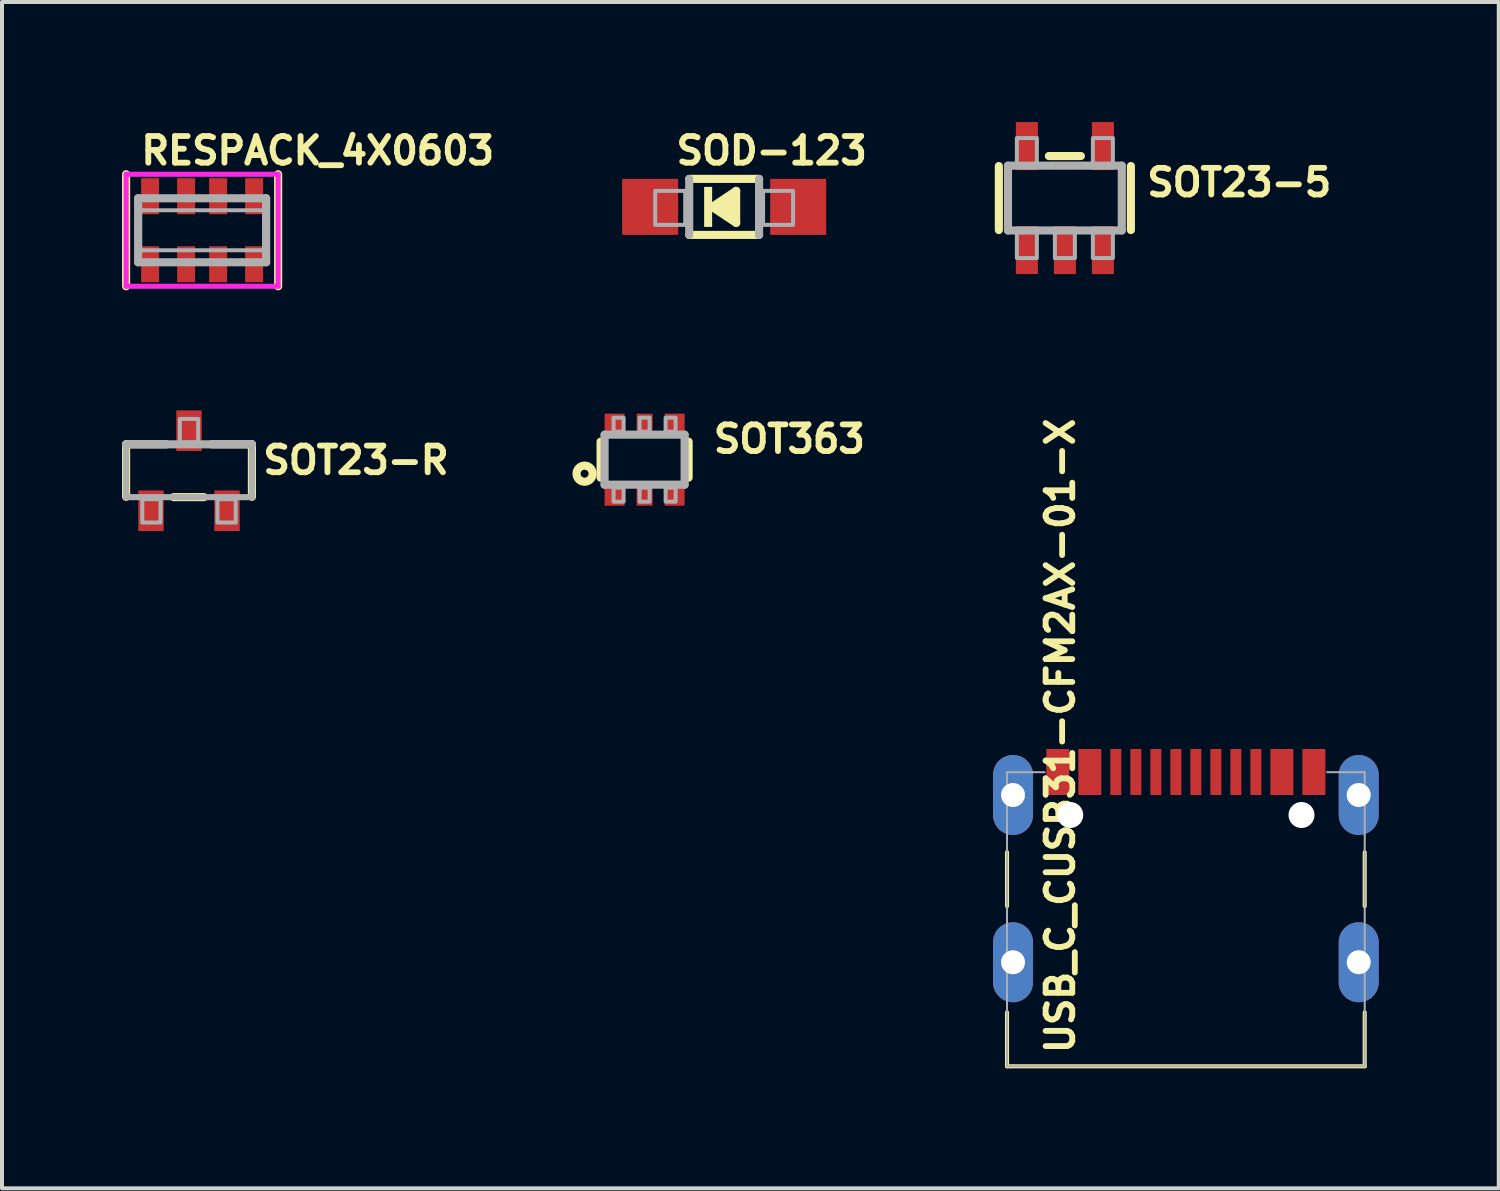
<source format=kicad_pcb>
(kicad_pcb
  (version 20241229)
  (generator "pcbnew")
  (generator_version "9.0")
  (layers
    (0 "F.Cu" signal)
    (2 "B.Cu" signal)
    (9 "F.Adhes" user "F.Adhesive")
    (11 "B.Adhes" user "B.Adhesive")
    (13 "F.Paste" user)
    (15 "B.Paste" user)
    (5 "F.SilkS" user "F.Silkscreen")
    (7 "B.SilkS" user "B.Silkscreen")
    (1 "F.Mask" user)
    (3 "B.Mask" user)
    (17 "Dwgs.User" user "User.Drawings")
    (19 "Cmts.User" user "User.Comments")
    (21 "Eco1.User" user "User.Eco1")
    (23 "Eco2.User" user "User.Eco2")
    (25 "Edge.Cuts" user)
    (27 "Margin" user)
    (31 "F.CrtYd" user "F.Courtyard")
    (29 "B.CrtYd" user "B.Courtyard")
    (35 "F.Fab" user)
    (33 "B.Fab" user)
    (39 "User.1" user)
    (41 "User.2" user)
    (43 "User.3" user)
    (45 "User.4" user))
  (footprint "SOT23-R"
    (layer "F.Cu")
    (at 1.674 8.715)
    (property "Reference" "SOT23-R" (at 1.778 0.127 0) (layer "F.SilkS") (effects (font (size 0.666 0.666) (thickness 0.146)) (justify left bottom)))
    (fp_line (start -1.572 -0.66) (end -0.564 -0.66) (stroke (width 0.203) (type solid)) (layer "F.SilkS"))
    (fp_line (start -1.572 0.652) (end -1.572 -0.66) (stroke (width 0.203) (type solid)) (layer "F.SilkS"))
    (fp_line (start 0.372 0.66) (end -0.386 0.66) (stroke (width 0.203) (type solid)) (layer "F.SilkS"))
    (fp_line (start 0.564 -0.66) (end 1.572 -0.66) (stroke (width 0.203) (type solid)) (layer "F.SilkS"))
    (fp_line (start 1.572 -0.66) (end 1.572 0.652) (stroke (width 0.203) (type solid)) (layer "F.SilkS"))
    (fp_line (start -1.572 -0.66) (end 1.572 -0.66) (stroke (width 0.203) (type solid)) (layer "F.Fab"))
    (fp_line (start -1.572 0.66) (end -1.572 -0.66) (stroke (width 0.152) (type solid)) (layer "F.Fab"))
    (fp_line (start 1.572 -0.66) (end 1.572 0.66) (stroke (width 0.152) (type solid)) (layer "F.Fab"))
    (fp_line (start 1.572 0.66) (end -1.572 0.66) (stroke (width 0.152) (type solid)) (layer "F.Fab"))
    (fp_poly (pts (xy -1.168 1.295) (xy -0.711 1.295) (xy -0.711 0.711) (xy -1.168 0.711)) (stroke (width 0.1) (type solid)) (fill no) (layer "F.Fab"))
    (fp_poly (pts (xy -0.229 -0.711) (xy 0.229 -0.711) (xy 0.229 -1.295) (xy -0.229 -1.295)) (stroke (width 0.1) (type solid)) (fill no) (layer "F.Fab"))
    (fp_poly (pts (xy 0.711 1.295) (xy 1.168 1.295) (xy 1.168 0.711) (xy 0.711 0.711)) (stroke (width 0.1) (type solid)) (fill no) (layer "F.Fab"))
    (pad "1" smd rect (at -0.95 1) (size 0.635 1.016) (layers "F.Cu" "F.Mask" "F.Paste"))
    (pad "2" smd rect (at 0.95 1) (size 0.635 1.016) (layers "F.Cu" "F.Mask" "F.Paste"))
    (pad "3" smd rect (at 0 -1) (size 0.635 1.016) (layers "F.Cu" "F.Mask" "F.Paste")))
  (footprint "USB_C_CUSB31-CFM2AX-01-X"
    (layer "F.Cu")
    (at 26.589 19.79)
    (property "Reference" "USB_C_CUSB31-CFM2AX-01-X" (at -2.75 3.56 90) (layer "F.SilkS") (effects (font (size 0.666 0.666) (thickness 0.146)) (justify left bottom)))
    (fp_line (start -4.47 -0.19) (end -4.47 -1.54) (stroke (width 0.102) (type solid)) (layer "F.SilkS"))
    (fp_line (start -4.47 3.81) (end -4.47 2.46) (stroke (width 0.102) (type solid)) (layer "F.SilkS"))
    (fp_line (start 4.47 -1.54) (end 4.47 -0.19) (stroke (width 0.102) (type solid)) (layer "F.SilkS"))
    (fp_line (start 4.47 2.46) (end 4.47 3.81) (stroke (width 0.102) (type solid)) (layer "F.SilkS"))
    (fp_line (start 4.47 3.81) (end -4.47 3.81) (stroke (width 0.102) (type solid)) (layer "F.SilkS"))
    (fp_poly (pts (xy -4.169 -3.939) (xy -4.034 -3.87) (xy -3.928 -3.763) (xy -3.835 -3.48) (xy -3.835 -2.464) (xy -3.859 -2.315) (xy -3.928 -2.18) (xy -4.034 -2.073) (xy -4.318 -1.981) (xy -4.449 -1.999) (xy -4.572 -2.049) (xy -4.677 -2.13) (xy -4.758 -2.235) (xy -4.826 -2.489) (xy -4.826 -3.454) (xy -4.809 -3.586) (xy -4.758 -3.708) (xy -4.677 -3.814) (xy -4.572 -3.894) (xy -4.318 -3.962)) (stroke (width 0) (type solid)) (fill yes) (layer "F.Paste"))
    (fp_poly (pts (xy -4.156 0.24) (xy -4.022 0.308) (xy -3.915 0.415) (xy -3.823 0.699) (xy -3.823 1.714) (xy -3.846 1.864) (xy -3.915 1.998) (xy -4.022 2.105) (xy -4.305 2.197) (xy -4.437 2.18) (xy -4.559 2.129) (xy -4.665 2.048) (xy -4.745 1.943) (xy -4.813 1.689) (xy -4.813 0.724) (xy -4.796 0.592) (xy -4.745 0.47) (xy -4.665 0.365) (xy -4.559 0.284) (xy -4.305 0.216)) (stroke (width 0) (type solid)) (fill yes) (layer "F.Paste"))
    (fp_poly (pts (xy 4.48 -3.951) (xy 4.614 -3.883) (xy 4.721 -3.776) (xy 4.813 -3.493) (xy 4.813 -2.477) (xy 4.79 -2.327) (xy 4.721 -2.193) (xy 4.614 -2.086) (xy 4.331 -1.994) (xy 4.199 -2.011) (xy 4.077 -2.062) (xy 3.971 -2.143) (xy 3.891 -2.248) (xy 3.823 -2.502) (xy 3.823 -3.467) (xy 3.84 -3.599) (xy 3.891 -3.721) (xy 3.971 -3.826) (xy 4.077 -3.907) (xy 4.331 -3.975)) (stroke (width 0) (type solid)) (fill yes) (layer "F.Paste"))
    (fp_poly (pts (xy 4.48 0.24) (xy 4.614 0.308) (xy 4.721 0.415) (xy 4.813 0.699) (xy 4.813 1.714) (xy 4.79 1.864) (xy 4.721 1.998) (xy 4.614 2.105) (xy 4.331 2.197) (xy 4.199 2.18) (xy 4.077 2.129) (xy 3.971 2.048) (xy 3.891 1.943) (xy 3.823 1.689) (xy 3.823 0.724) (xy 3.84 0.592) (xy 3.891 0.47) (xy 3.971 0.365) (xy 4.077 0.284) (xy 4.331 0.216)) (stroke (width 0) (type solid)) (fill yes) (layer "F.Paste"))
    (fp_line (start -4.47 -3.54) (end -3.53 -3.54) (stroke (width 0.05) (type solid)) (layer "F.Fab"))
    (fp_line (start -4.47 3.81) (end -4.47 -3.54) (stroke (width 0.05) (type solid)) (layer "F.Fab"))
    (fp_line (start 3.53 -3.54) (end 4.47 -3.54) (stroke (width 0.05) (type solid)) (layer "F.Fab"))
    (fp_line (start 4.47 -3.54) (end 4.47 3.81) (stroke (width 0.05) (type solid)) (layer "F.Fab"))
    (fp_line (start 4.47 3.81) (end -4.47 3.81) (stroke (width 0.05) (type solid)) (layer "F.Fab"))
    (pad "" np_thru_hole circle (at -2.89 -2.47) (size 0.65 0.65) (drill 0.65) (layers "*.Cu" "*.Mask"))
    (pad "" np_thru_hole circle (at 2.89 -2.47) (size 0.65 0.65) (drill 0.65) (layers "*.Cu" "*.Mask"))
    (pad "A1B12" smd rect (at -3.2 -3.545) (size 0.575 1.15) (layers "F.Cu" "F.Mask" "F.Paste"))
    (pad "A4B9" smd rect (at -2.4 -3.545) (size 0.575 1.15) (layers "F.Cu" "F.Mask" "F.Paste"))
    (pad "A5" smd rect (at -1.25 -3.545) (size 0.275 1.15) (layers "F.Cu" "F.Mask" "F.Paste"))
    (pad "A6" smd rect (at -0.25 -3.545) (size 0.275 1.15) (layers "F.Cu" "F.Mask" "F.Paste"))
    (pad "A7" smd rect (at 0.25 -3.545) (size 0.275 1.15) (layers "F.Cu" "F.Mask" "F.Paste"))
    (pad "A8" smd rect (at 1.25 -3.545) (size 0.275 1.15) (layers "F.Cu" "F.Mask" "F.Paste"))
    (pad "B1A12" smd rect (at 3.2 -3.545) (size 0.575 1.15) (layers "F.Cu" "F.Mask" "F.Paste"))
    (pad "B4A9" smd rect (at 2.4 -3.545) (size 0.575 1.15) (layers "F.Cu" "F.Mask" "F.Paste"))
    (pad "B5" smd rect (at 1.75 -3.545) (size 0.275 1.15) (layers "F.Cu" "F.Mask" "F.Paste"))
    (pad "B6" smd rect (at 0.75 -3.545) (size 0.275 1.15) (layers "F.Cu" "F.Mask" "F.Paste"))
    (pad "B7" smd rect (at -0.75 -3.545) (size 0.275 1.15) (layers "F.Cu" "F.Mask" "F.Paste"))
    (pad "B8" smd rect (at -1.75 -3.545) (size 0.275 1.15) (layers "F.Cu" "F.Mask" "F.Paste"))
    (pad "M1" thru_hole oval (at -4.32 -2.97 90) (size 2 1) (drill 0.6) (layers "*.Cu" "*.Mask"))
    (pad "M2" thru_hole oval (at 4.32 -2.97 90) (size 2 1) (drill 0.6) (layers "*.Cu" "*.Mask"))
    (pad "M3" thru_hole oval (at -4.32 1.21 90) (size 2 1) (drill 0.6) (layers "*.Cu" "*.Mask"))
    (pad "M4" thru_hole oval (at 4.32 1.21 90) (size 2 1) (drill 0.6) (layers "*.Cu" "*.Mask")))
  (footprint "RESPACK_4X0603"
    (layer "F.Cu")
    (at 2.002 2.705)
    (property "Reference" "RESPACK_4X0603" (at -1.6 -1.6 0) (layer "F.SilkS") (effects (font (size 0.666 0.666) (thickness 0.146)) (justify left bottom)))
    (fp_line (start -1.9 1.4) (end -1.9 -1.4) (stroke (width 0.203) (type solid)) (layer "F.SilkS"))
    (fp_line (start 1.9 -1.4) (end 1.9 1.4) (stroke (width 0.203) (type solid)) (layer "F.SilkS"))
    (fp_line (start -1.9 -1.4) (end 1.9 -1.4) (stroke (width 0.127) (type solid)) (layer "F.CrtYd"))
    (fp_line (start -1.9 1.4) (end -1.9 -1.4) (stroke (width 0.127) (type solid)) (layer "F.CrtYd"))
    (fp_line (start -1.9 1.4) (end 1.9 1.4) (stroke (width 0.127) (type solid)) (layer "F.CrtYd"))
    (fp_line (start 1.9 -1.4) (end 1.9 1.4) (stroke (width 0.127) (type solid)) (layer "F.CrtYd"))
    (fp_line (start -1.6 -0.8) (end 1.6 -0.8) (stroke (width 0.203) (type solid)) (layer "F.Fab"))
    (fp_line (start -1.6 0.8) (end -1.6 -0.8) (stroke (width 0.203) (type solid)) (layer "F.Fab"))
    (fp_line (start 1.6 -0.8) (end 1.6 0.8) (stroke (width 0.203) (type solid)) (layer "F.Fab"))
    (fp_line (start 1.6 0.8) (end -1.6 0.8) (stroke (width 0.203) (type solid)) (layer "F.Fab"))
    (fp_poly (pts (xy -1.55 0.5) (xy 1.55 0.5) (xy 1.55 -0.5) (xy -1.55 -0.5)) (stroke (width 0.1) (type solid)) (fill no) (layer "F.Fab"))
    (pad "1" smd rect (at -1.3 0.85) (size 0.45 0.9) (layers "F.Cu" "F.Mask" "F.Paste"))
    (pad "2" smd rect (at -0.4 0.85) (size 0.45 0.9) (layers "F.Cu" "F.Mask" "F.Paste"))
    (pad "3" smd rect (at 0.4 0.85) (size 0.45 0.9) (layers "F.Cu" "F.Mask" "F.Paste"))
    (pad "4" smd rect (at 1.3 0.85) (size 0.45 0.9) (layers "F.Cu" "F.Mask" "F.Paste"))
    (pad "5" smd rect (at 1.3 -0.85) (size 0.45 0.9) (layers "F.Cu" "F.Mask" "F.Paste"))
    (pad "6" smd rect (at 0.4 -0.85) (size 0.45 0.9) (layers "F.Cu" "F.Mask" "F.Paste"))
    (pad "7" smd rect (at -0.4 -0.85) (size 0.45 0.9) (layers "F.Cu" "F.Mask" "F.Paste"))
    (pad "8" smd rect (at -1.3 -0.85) (size 0.45 0.9) (layers "F.Cu" "F.Mask" "F.Paste")))
  (footprint "SOT363"
    (layer "F.Cu")
    (at 13.061 8.439)
    (property "Reference" "SOT363" (at 1.651 -0.127 0) (layer "F.SilkS") (effects (font (size 0.666 0.666) (thickness 0.146)) (justify left bottom)))
    (fp_line (start -1.1 -0.45) (end -1.1 0.45) (stroke (width 0.203) (type solid)) (layer "F.SilkS"))
    (fp_line (start 1.1 -0.45) (end 1.1 0.45) (stroke (width 0.203) (type solid)) (layer "F.SilkS"))
    (fp_circle (center -1.5 0.35) (end -1.4 0.35) (stroke (width 0.203) (type solid)) (fill no) (layer "F.SilkS"))
    (fp_line (start -1 -0.625) (end 1 -0.625) (stroke (width 0.203) (type solid)) (layer "F.Fab"))
    (fp_line (start -1 0.625) (end -1 -0.625) (stroke (width 0.203) (type solid)) (layer "F.Fab"))
    (fp_line (start 1 -0.625) (end 1 0.625) (stroke (width 0.203) (type solid)) (layer "F.Fab"))
    (fp_line (start 1 0.625) (end -1 0.625) (stroke (width 0.203) (type solid)) (layer "F.Fab"))
    (fp_poly (pts (xy -0.775 -0.7) (xy -0.525 -0.7) (xy -0.525 -1.05) (xy -0.775 -1.05)) (stroke (width 0.1) (type solid)) (fill no) (layer "F.Fab"))
    (fp_poly (pts (xy -0.775 1.05) (xy -0.525 1.05) (xy -0.525 0.7) (xy -0.775 0.7)) (stroke (width 0.1) (type solid)) (fill no) (layer "F.Fab"))
    (fp_poly (pts (xy -0.125 -0.7) (xy 0.125 -0.7) (xy 0.125 -1.05) (xy -0.125 -1.05)) (stroke (width 0.1) (type solid)) (fill no) (layer "F.Fab"))
    (fp_poly (pts (xy -0.125 1.05) (xy 0.125 1.05) (xy 0.125 0.7) (xy -0.125 0.7)) (stroke (width 0.1) (type solid)) (fill no) (layer "F.Fab"))
    (fp_poly (pts (xy 0.525 -0.7) (xy 0.775 -0.7) (xy 0.775 -1.05) (xy 0.525 -1.05)) (stroke (width 0.1) (type solid)) (fill no) (layer "F.Fab"))
    (fp_poly (pts (xy 0.525 1.05) (xy 0.775 1.05) (xy 0.775 0.7) (xy 0.525 0.7)) (stroke (width 0.1) (type solid)) (fill no) (layer "F.Fab"))
    (pad "1" smd rect (at -0.75 0.9) (size 0.5 0.5) (layers "F.Cu" "F.Mask" "F.Paste"))
    (pad "2" smd rect (at 0 0.9) (size 0.4 0.5) (layers "F.Cu" "F.Mask" "F.Paste"))
    (pad "3" smd rect (at 0.75 0.9) (size 0.5 0.5) (layers "F.Cu" "F.Mask" "F.Paste"))
    (pad "4" smd rect (at 0.75 -0.9) (size 0.5 0.5) (layers "F.Cu" "F.Mask" "F.Paste"))
    (pad "5" smd rect (at 0 -0.9) (size 0.4 0.5) (layers "F.Cu" "F.Mask" "F.Paste"))
    (pad "6" smd rect (at -0.75 -0.9) (size 0.5 0.5) (layers "F.Cu" "F.Mask" "F.Paste")))
  (footprint "SOT23-5"
    (layer "F.Cu")
    (at 23.565 1.9)
    (property "Reference" "SOT23-5" (at 1.978 0 0) (layer "F.SilkS") (effects (font (size 0.666 0.666) (thickness 0.146)) (justify left bottom)))
    (fp_line (start -1.65 -0.8) (end -1.65 0.8) (stroke (width 0.203) (type solid)) (layer "F.SilkS"))
    (fp_line (start -0.4 -1.05) (end 0.4 -1.05) (stroke (width 0.203) (type solid)) (layer "F.SilkS"))
    (fp_line (start 1.65 -0.8) (end 1.65 0.8) (stroke (width 0.203) (type solid)) (layer "F.SilkS"))
    (fp_line (start -1.422 -0.81) (end 1.422 -0.81) (stroke (width 0.203) (type solid)) (layer "F.Fab"))
    (fp_line (start -1.422 0.81) (end -1.422 -0.81) (stroke (width 0.203) (type solid)) (layer "F.Fab"))
    (fp_line (start 1.422 -0.81) (end 1.422 0.81) (stroke (width 0.203) (type solid)) (layer "F.Fab"))
    (fp_line (start 1.422 0.81) (end -1.422 0.81) (stroke (width 0.203) (type solid)) (layer "F.Fab"))
    (fp_poly (pts (xy -1.2 -0.85) (xy -0.7 -0.85) (xy -0.7 -1.5) (xy -1.2 -1.5)) (stroke (width 0.1) (type solid)) (fill no) (layer "F.Fab"))
    (fp_poly (pts (xy -1.2 1.5) (xy -0.7 1.5) (xy -0.7 0.85) (xy -1.2 0.85)) (stroke (width 0.1) (type solid)) (fill no) (layer "F.Fab"))
    (fp_poly (pts (xy -0.25 1.5) (xy 0.25 1.5) (xy 0.25 0.85) (xy -0.25 0.85)) (stroke (width 0.1) (type solid)) (fill no) (layer "F.Fab"))
    (fp_poly (pts (xy 0.7 -0.85) (xy 1.2 -0.85) (xy 1.2 -1.5) (xy 0.7 -1.5)) (stroke (width 0.1) (type solid)) (fill no) (layer "F.Fab"))
    (fp_poly (pts (xy 0.7 1.5) (xy 1.2 1.5) (xy 1.2 0.85) (xy 0.7 0.85)) (stroke (width 0.1) (type solid)) (fill no) (layer "F.Fab"))
    (pad "1" smd rect (at -0.95 1.3) (size 0.55 1.2) (layers "F.Cu" "F.Mask" "F.Paste"))
    (pad "2" smd rect (at 0 1.3) (size 0.55 1.2) (layers "F.Cu" "F.Mask" "F.Paste"))
    (pad "3" smd rect (at 0.95 1.3) (size 0.55 1.2) (layers "F.Cu" "F.Mask" "F.Paste"))
    (pad "4" smd rect (at 0.95 -1.3) (size 0.55 1.2) (layers "F.Cu" "F.Mask" "F.Paste"))
    (pad "5" smd rect (at -0.95 -1.3) (size 0.55 1.2) (layers "F.Cu" "F.Mask" "F.Paste")))
  (footprint "SOD-123"
    (layer "F.Cu")
    (at 15.049 2.121)
    (property "Reference" "SOD-123" (at -1.27 -1.016 0) (layer "F.SilkS") (effects (font (size 0.666 0.666) (thickness 0.146)) (justify left bottom)))
    (fp_line (start -0.873 -0.7) (end 0.873 -0.7) (stroke (width 0.203) (type solid)) (layer "F.SilkS"))
    (fp_line (start -0.3 0) (end 0.3 -0.4) (stroke (width 0.203) (type solid)) (layer "F.SilkS"))
    (fp_line (start 0.3 -0.4) (end 0.3 0.4) (stroke (width 0.203) (type solid)) (layer "F.SilkS"))
    (fp_line (start 0.3 0.4) (end -0.3 0) (stroke (width 0.203) (type solid)) (layer "F.SilkS"))
    (fp_line (start 0.873 0.7) (end -0.873 0.7) (stroke (width 0.203) (type solid)) (layer "F.SilkS"))
    (fp_poly (pts (xy 0.302 0.39) (xy -0.283 0) (xy 0.302 -0.39)) (stroke (width 0) (type solid)) (fill yes) (layer "F.SilkS"))
    (fp_poly (pts (xy -0.5 0.5) (xy -0.3 0.5) (xy -0.3 -0.5) (xy -0.5 -0.5)) (stroke (width 0) (type solid)) (fill yes) (layer "F.SilkS"))
    (fp_line (start -0.873 0.7) (end -0.873 -0.7) (stroke (width 0.203) (type solid)) (layer "F.Fab"))
    (fp_line (start 0.873 -0.7) (end 0.873 0.7) (stroke (width 0.203) (type solid)) (layer "F.Fab"))
    (fp_poly (pts (xy -1.723 0.45) (xy -0.973 0.45) (xy -0.973 -0.4) (xy -1.723 -0.4)) (stroke (width 0.1) (type solid)) (fill no) (layer "F.Fab"))
    (fp_poly (pts (xy 0.973 0.45) (xy 1.723 0.45) (xy 1.723 -0.4) (xy 0.973 -0.4)) (stroke (width 0.1) (type solid)) (fill no) (layer "F.Fab"))
    (pad "A" smd rect (at 1.85 0 90) (size 1.4 1.4) (layers "F.Cu" "F.Mask" "F.Paste"))
    (pad "C" smd rect (at -1.85 0 90) (size 1.4 1.4) (layers "F.Cu" "F.Mask" "F.Paste")))
  (gr_rect
    (start -3 -3)
    (end 34.409 26.651)
    (stroke (width 0.1) (type default))
    (fill no)
    (layer "Edge.Cuts")))
</source>
